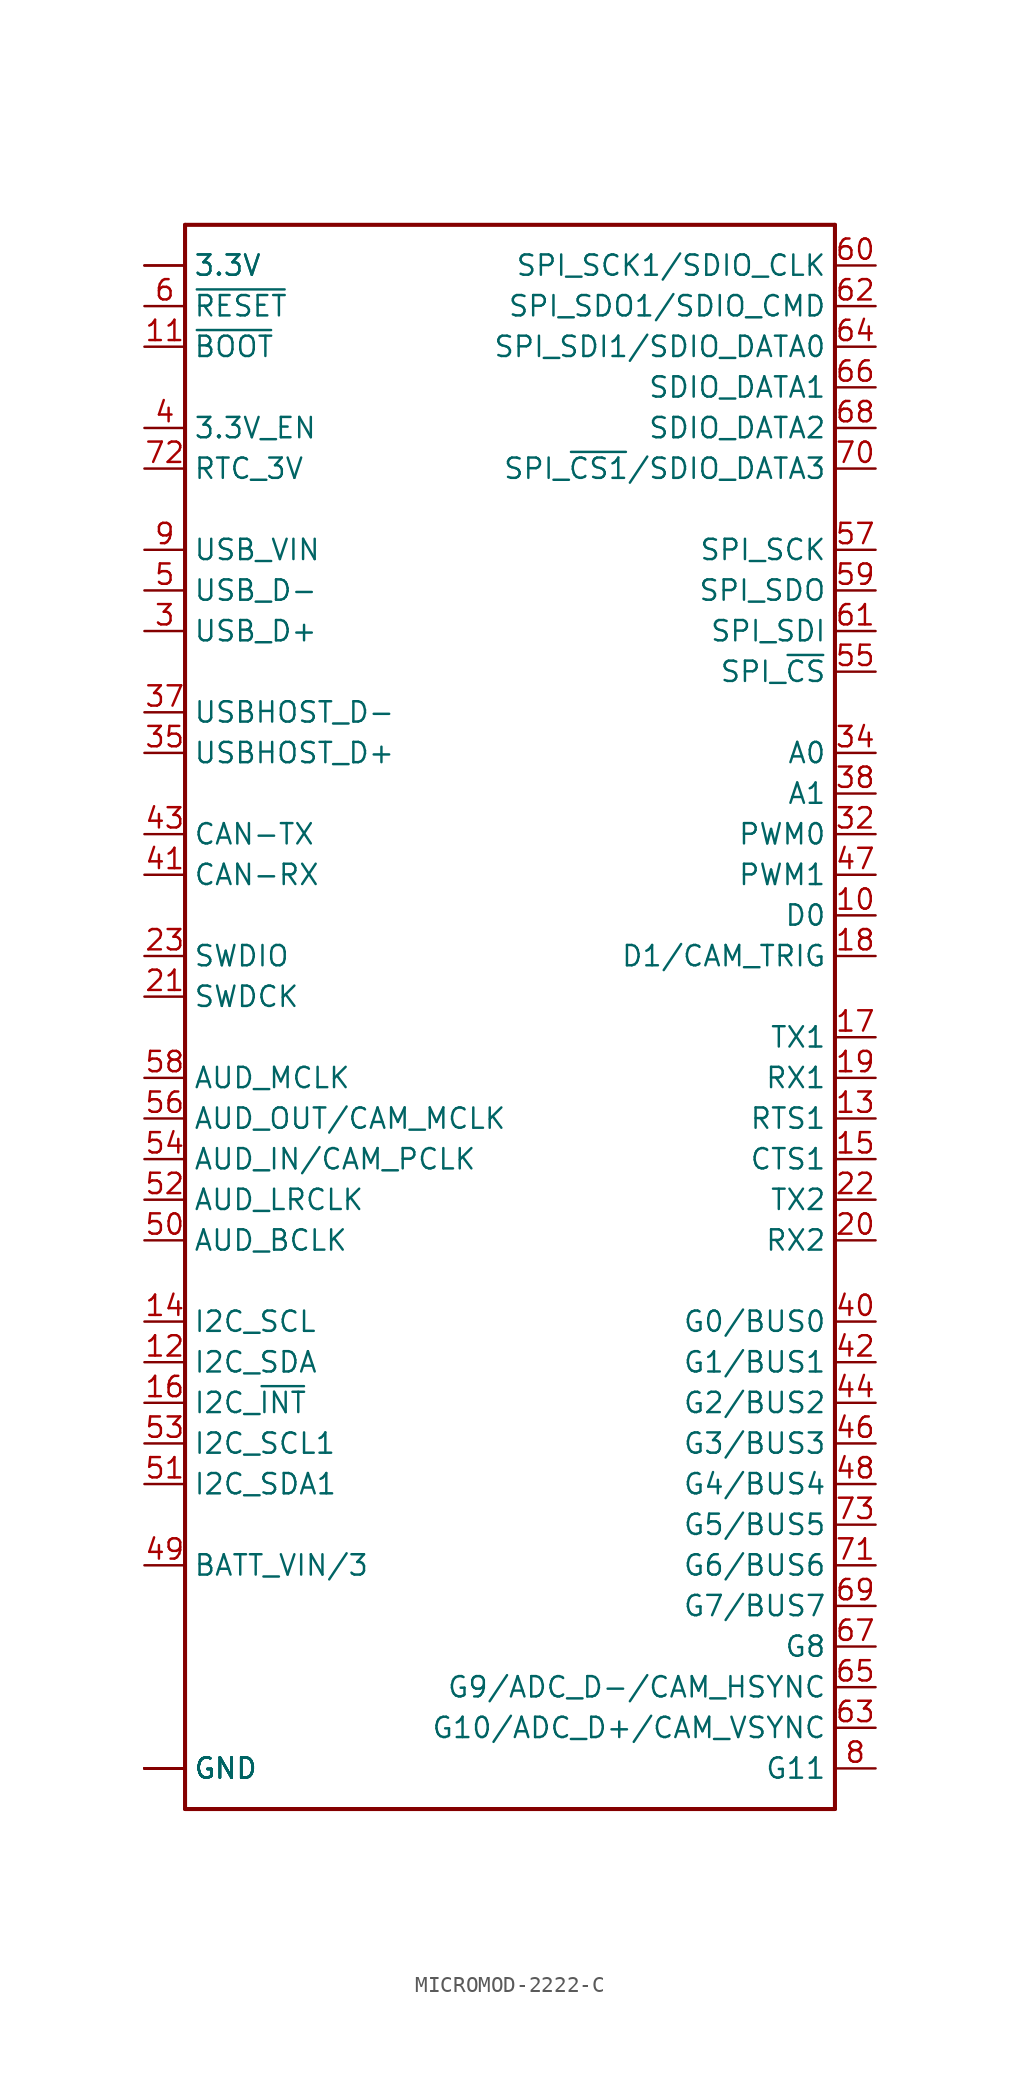
<source format=kicad_sym>
(kicad_symbol_lib
  (version 20241209)
  (generator "kicad_symbol_editor")
  (generator_version "9.0")
  (symbol "MICROMOD-2222-C"
    (property "Reference" "J"
      (at -20.32 53.848 0)
      (effects (font (size 1.778 1.511)) (justify left bottom) (hide yes)))
    (symbol "MICROMOD-2222-C_1_0"
      (polyline (pts (xy -20.32 53.34) (xy 20.32 53.34)) (stroke (width 0.254) (type solid)) (fill (type none)))
      (polyline (pts (xy -20.32 -45.72) (xy -20.32 53.34)) (stroke (width 0.254) (type solid)) (fill (type none)))
      (polyline (pts (xy 20.32 53.34) (xy 20.32 -45.72)) (stroke (width 0.254) (type solid)) (fill (type none)))
      (polyline (pts (xy 20.32 -45.72) (xy -20.32 -45.72)) (stroke (width 0.254) (type solid)) (fill (type none)))
      (pin bidirectional line (at -22.86 50.8 0) (length 2.54) (name "3.3V" (effects (font (size 1.27 1.27)))) (number "2" (effects (font (size 0 0)))))
      (pin bidirectional line (at -22.86 50.8 0) (length 2.54) (name "3.3V" (effects (font (size 1.27 1.27)))) (number "74" (effects (font (size 0 0)))))
      (pin bidirectional line (at -22.86 48.26 0) (length 2.54) (name "~{RESET}" (effects (font (size 1.27 1.27)))) (number "6" (effects (font (size 1.27 1.27)))))
      (pin bidirectional line (at -22.86 45.72 0) (length 2.54) (name "~{BOOT}" (effects (font (size 1.27 1.27)))) (number "11" (effects (font (size 1.27 1.27)))))
      (pin bidirectional line (at -22.86 40.64 0) (length 2.54) (name "3.3V_EN" (effects (font (size 1.27 1.27)))) (number "4" (effects (font (size 1.27 1.27)))))
      (pin bidirectional line (at -22.86 38.1 0) (length 2.54) (name "RTC_3V" (effects (font (size 1.27 1.27)))) (number "72" (effects (font (size 1.27 1.27)))))
      (pin bidirectional line (at -22.86 33.02 0) (length 2.54) (name "USB_VIN" (effects (font (size 1.27 1.27)))) (number "9" (effects (font (size 1.27 1.27)))))
      (pin bidirectional line (at -22.86 30.48 0) (length 2.54) (name "USB_D-" (effects (font (size 1.27 1.27)))) (number "5" (effects (font (size 1.27 1.27)))))
      (pin bidirectional line (at -22.86 27.94 0) (length 2.54) (name "USB_D+" (effects (font (size 1.27 1.27)))) (number "3" (effects (font (size 1.27 1.27)))))
      (pin bidirectional line (at -22.86 22.86 0) (length 2.54) (name "USBHOST_D-" (effects (font (size 1.27 1.27)))) (number "37" (effects (font (size 1.27 1.27)))))
      (pin bidirectional line (at -22.86 20.32 0) (length 2.54) (name "USBHOST_D+" (effects (font (size 1.27 1.27)))) (number "35" (effects (font (size 1.27 1.27)))))
      (pin bidirectional line (at -22.86 15.24 0) (length 2.54) (name "CAN-TX" (effects (font (size 1.27 1.27)))) (number "43" (effects (font (size 1.27 1.27)))))
      (pin bidirectional line (at -22.86 12.7 0) (length 2.54) (name "CAN-RX" (effects (font (size 1.27 1.27)))) (number "41" (effects (font (size 1.27 1.27)))))
      (pin bidirectional line (at -22.86 7.62 0) (length 2.54) (name "SWDIO" (effects (font (size 1.27 1.27)))) (number "23" (effects (font (size 1.27 1.27)))))
      (pin bidirectional line (at -22.86 5.08 0) (length 2.54) (name "SWDCK" (effects (font (size 1.27 1.27)))) (number "21" (effects (font (size 1.27 1.27)))))
      (pin bidirectional line (at -22.86 0 0) (length 2.54) (name "AUD_MCLK" (effects (font (size 1.27 1.27)))) (number "58" (effects (font (size 1.27 1.27)))))
      (pin bidirectional line (at -22.86 -2.54 0) (length 2.54) (name "AUD_OUT/CAM_MCLK" (effects (font (size 1.27 1.27)))) (number "56" (effects (font (size 1.27 1.27)))))
      (pin bidirectional line (at -22.86 -5.08 0) (length 2.54) (name "AUD_IN/CAM_PCLK" (effects (font (size 1.27 1.27)))) (number "54" (effects (font (size 1.27 1.27)))))
      (pin bidirectional line (at -22.86 -7.62 0) (length 2.54) (name "AUD_LRCLK" (effects (font (size 1.27 1.27)))) (number "52" (effects (font (size 1.27 1.27)))))
      (pin bidirectional line (at -22.86 -10.16 0) (length 2.54) (name "AUD_BCLK" (effects (font (size 1.27 1.27)))) (number "50" (effects (font (size 1.27 1.27)))))
      (pin bidirectional line (at -22.86 -15.24 0) (length 2.54) (name "I2C_SCL" (effects (font (size 1.27 1.27)))) (number "14" (effects (font (size 1.27 1.27)))))
      (pin bidirectional line (at -22.86 -17.78 0) (length 2.54) (name "I2C_SDA" (effects (font (size 1.27 1.27)))) (number "12" (effects (font (size 1.27 1.27)))))
      (pin bidirectional line (at -22.86 -20.32 0) (length 2.54) (name "I2C_~{INT}" (effects (font (size 1.27 1.27)))) (number "16" (effects (font (size 1.27 1.27)))))
      (pin bidirectional line (at -22.86 -22.86 0) (length 2.54) (name "I2C_SCL1" (effects (font (size 1.27 1.27)))) (number "53" (effects (font (size 1.27 1.27)))))
      (pin bidirectional line (at -22.86 -25.4 0) (length 2.54) (name "I2C_SDA1" (effects (font (size 1.27 1.27)))) (number "51" (effects (font (size 1.27 1.27)))))
      (pin bidirectional line (at -22.86 -30.48 0) (length 2.54) (name "BATT_VIN/3" (effects (font (size 1.27 1.27)))) (number "49" (effects (font (size 1.27 1.27)))))
      (pin bidirectional line (at -22.86 -43.18 0) (length 2.54) (name "GND" (effects (font (size 1.27 1.27)))) (number "1" (effects (font (size 0 0)))))
      (pin bidirectional line (at -22.86 -43.18 0) (length 2.54) (name "GND" (effects (font (size 1.27 1.27)))) (number "33" (effects (font (size 0 0)))))
      (pin bidirectional line (at -22.86 -43.18 0) (length 2.54) (name "GND" (effects (font (size 1.27 1.27)))) (number "36" (effects (font (size 0 0)))))
      (pin bidirectional line (at -22.86 -43.18 0) (length 2.54) (name "GND" (effects (font (size 1.27 1.27)))) (number "39" (effects (font (size 0 0)))))
      (pin bidirectional line (at -22.86 -43.18 0) (length 2.54) (name "GND" (effects (font (size 1.27 1.27)))) (number "45" (effects (font (size 0 0)))))
      (pin bidirectional line (at -22.86 -43.18 0) (length 2.54) (name "GND" (effects (font (size 1.27 1.27)))) (number "7" (effects (font (size 0 0)))))
      (pin bidirectional line (at -22.86 -43.18 0) (length 2.54) (name "GND" (effects (font (size 1.27 1.27)))) (number "75" (effects (font (size 0 0)))))
      (pin bidirectional line (at 22.86 50.8 180) (length 2.54) (name "SPI_SCK1/SDIO_CLK" (effects (font (size 1.27 1.27)))) (number "60" (effects (font (size 1.27 1.27)))))
      (pin bidirectional line (at 22.86 48.26 180) (length 2.54) (name "SPI_SDO1/SDIO_CMD" (effects (font (size 1.27 1.27)))) (number "62" (effects (font (size 1.27 1.27)))))
      (pin bidirectional line (at 22.86 45.72 180) (length 2.54) (name "SPI_SDI1/SDIO_DATA0" (effects (font (size 1.27 1.27)))) (number "64" (effects (font (size 1.27 1.27)))))
      (pin bidirectional line (at 22.86 43.18 180) (length 2.54) (name "SDIO_DATA1" (effects (font (size 1.27 1.27)))) (number "66" (effects (font (size 1.27 1.27)))))
      (pin bidirectional line (at 22.86 40.64 180) (length 2.54) (name "SDIO_DATA2" (effects (font (size 1.27 1.27)))) (number "68" (effects (font (size 1.27 1.27)))))
      (pin bidirectional line (at 22.86 38.1 180) (length 2.54) (name "SPI_~{CS1}/SDIO_DATA3" (effects (font (size 1.27 1.27)))) (number "70" (effects (font (size 1.27 1.27)))))
      (pin bidirectional line (at 22.86 33.02 180) (length 2.54) (name "SPI_SCK" (effects (font (size 1.27 1.27)))) (number "57" (effects (font (size 1.27 1.27)))))
      (pin bidirectional line (at 22.86 30.48 180) (length 2.54) (name "SPI_SDO" (effects (font (size 1.27 1.27)))) (number "59" (effects (font (size 1.27 1.27)))))
      (pin bidirectional line (at 22.86 27.94 180) (length 2.54) (name "SPI_SDI" (effects (font (size 1.27 1.27)))) (number "61" (effects (font (size 1.27 1.27)))))
      (pin bidirectional line (at 22.86 25.4 180) (length 2.54) (name "SPI_~{CS}" (effects (font (size 1.27 1.27)))) (number "55" (effects (font (size 1.27 1.27)))))
      (pin bidirectional line (at 22.86 20.32 180) (length 2.54) (name "A0" (effects (font (size 1.27 1.27)))) (number "34" (effects (font (size 1.27 1.27)))))
      (pin bidirectional line (at 22.86 17.78 180) (length 2.54) (name "A1" (effects (font (size 1.27 1.27)))) (number "38" (effects (font (size 1.27 1.27)))))
      (pin bidirectional line (at 22.86 15.24 180) (length 2.54) (name "PWM0" (effects (font (size 1.27 1.27)))) (number "32" (effects (font (size 1.27 1.27)))))
      (pin bidirectional line (at 22.86 12.7 180) (length 2.54) (name "PWM1" (effects (font (size 1.27 1.27)))) (number "47" (effects (font (size 1.27 1.27)))))
      (pin bidirectional line (at 22.86 10.16 180) (length 2.54) (name "D0" (effects (font (size 1.27 1.27)))) (number "10" (effects (font (size 1.27 1.27)))))
      (pin bidirectional line (at 22.86 7.62 180) (length 2.54) (name "D1/CAM_TRIG" (effects (font (size 1.27 1.27)))) (number "18" (effects (font (size 1.27 1.27)))))
      (pin bidirectional line (at 22.86 2.54 180) (length 2.54) (name "TX1" (effects (font (size 1.27 1.27)))) (number "17" (effects (font (size 1.27 1.27)))))
      (pin bidirectional line (at 22.86 0 180) (length 2.54) (name "RX1" (effects (font (size 1.27 1.27)))) (number "19" (effects (font (size 1.27 1.27)))))
      (pin bidirectional line (at 22.86 -2.54 180) (length 2.54) (name "RTS1" (effects (font (size 1.27 1.27)))) (number "13" (effects (font (size 1.27 1.27)))))
      (pin bidirectional line (at 22.86 -5.08 180) (length 2.54) (name "CTS1" (effects (font (size 1.27 1.27)))) (number "15" (effects (font (size 1.27 1.27)))))
      (pin bidirectional line (at 22.86 -7.62 180) (length 2.54) (name "TX2" (effects (font (size 1.27 1.27)))) (number "22" (effects (font (size 1.27 1.27)))))
      (pin bidirectional line (at 22.86 -10.16 180) (length 2.54) (name "RX2" (effects (font (size 1.27 1.27)))) (number "20" (effects (font (size 1.27 1.27)))))
      (pin bidirectional line (at 22.86 -15.24 180) (length 2.54) (name "G0/BUS0" (effects (font (size 1.27 1.27)))) (number "40" (effects (font (size 1.27 1.27)))))
      (pin bidirectional line (at 22.86 -17.78 180) (length 2.54) (name "G1/BUS1" (effects (font (size 1.27 1.27)))) (number "42" (effects (font (size 1.27 1.27)))))
      (pin bidirectional line (at 22.86 -20.32 180) (length 2.54) (name "G2/BUS2" (effects (font (size 1.27 1.27)))) (number "44" (effects (font (size 1.27 1.27)))))
      (pin bidirectional line (at 22.86 -22.86 180) (length 2.54) (name "G3/BUS3" (effects (font (size 1.27 1.27)))) (number "46" (effects (font (size 1.27 1.27)))))
      (pin bidirectional line (at 22.86 -25.4 180) (length 2.54) (name "G4/BUS4" (effects (font (size 1.27 1.27)))) (number "48" (effects (font (size 1.27 1.27)))))
      (pin bidirectional line (at 22.86 -27.94 180) (length 2.54) (name "G5/BUS5" (effects (font (size 1.27 1.27)))) (number "73" (effects (font (size 1.27 1.27)))))
      (pin bidirectional line (at 22.86 -30.48 180) (length 2.54) (name "G6/BUS6" (effects (font (size 1.27 1.27)))) (number "71" (effects (font (size 1.27 1.27)))))
      (pin bidirectional line (at 22.86 -33.02 180) (length 2.54) (name "G7/BUS7" (effects (font (size 1.27 1.27)))) (number "69" (effects (font (size 1.27 1.27)))))
      (pin bidirectional line (at 22.86 -35.56 180) (length 2.54) (name "G8" (effects (font (size 1.27 1.27)))) (number "67" (effects (font (size 1.27 1.27)))))
      (pin bidirectional line (at 22.86 -38.1 180) (length 2.54) (name "G9/ADC_D-/CAM_HSYNC" (effects (font (size 1.27 1.27)))) (number "65" (effects (font (size 1.27 1.27)))))
      (pin bidirectional line (at 22.86 -40.64 180) (length 2.54) (name "G10/ADC_D+/CAM_VSYNC" (effects (font (size 1.27 1.27)))) (number "63" (effects (font (size 1.27 1.27)))))
      (pin bidirectional line (at 22.86 -43.18 180) (length 2.54) (name "G11" (effects (font (size 1.27 1.27)))) (number "8" (effects (font (size 1.27 1.27))))))))
</source>
